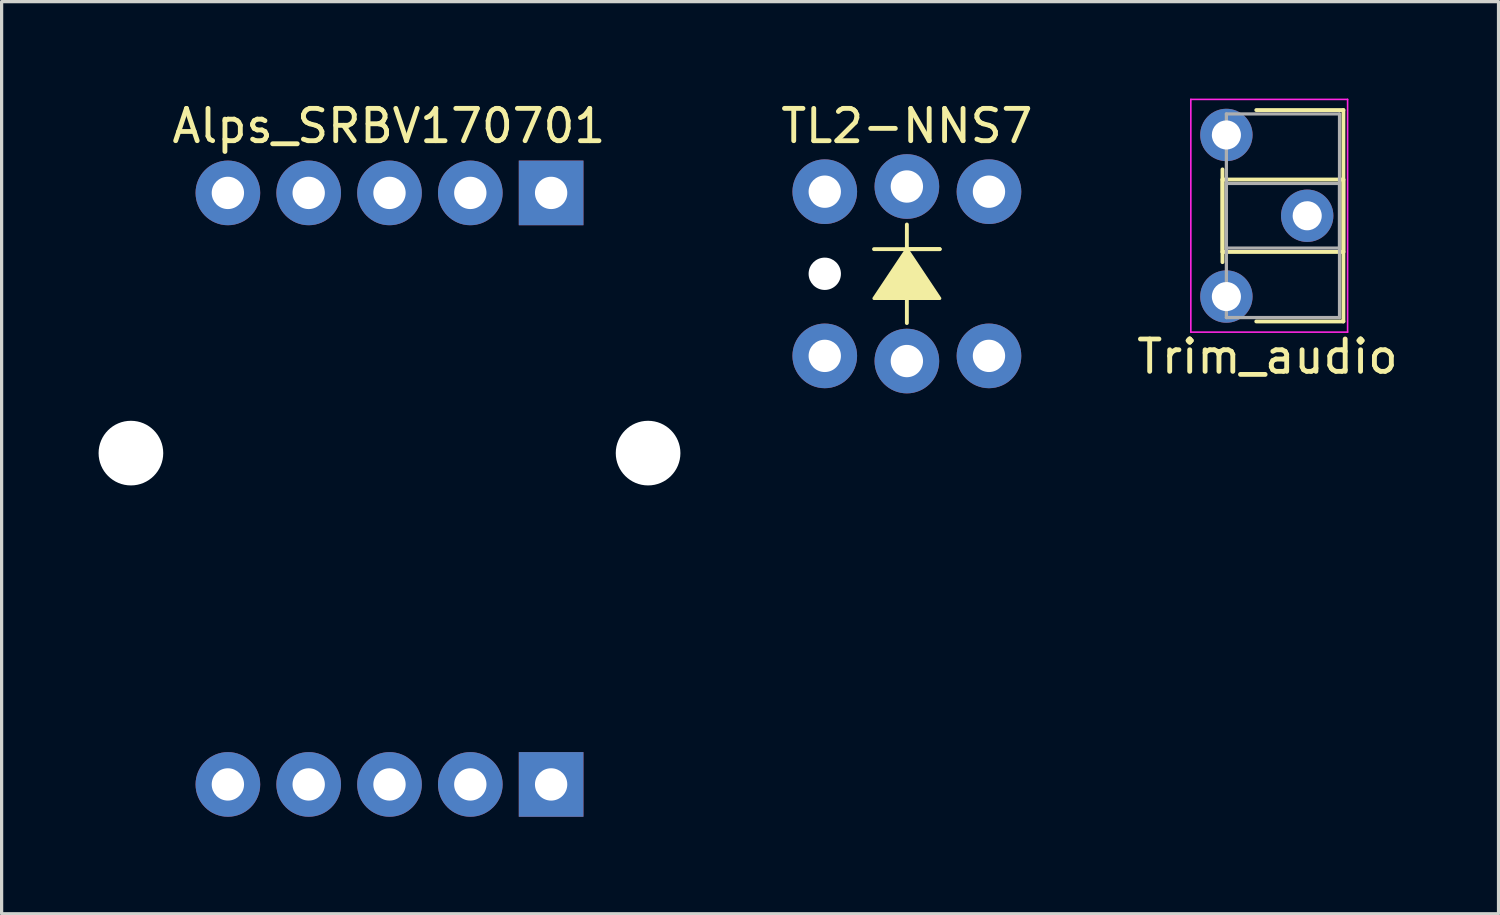
<source format=kicad_pcb>
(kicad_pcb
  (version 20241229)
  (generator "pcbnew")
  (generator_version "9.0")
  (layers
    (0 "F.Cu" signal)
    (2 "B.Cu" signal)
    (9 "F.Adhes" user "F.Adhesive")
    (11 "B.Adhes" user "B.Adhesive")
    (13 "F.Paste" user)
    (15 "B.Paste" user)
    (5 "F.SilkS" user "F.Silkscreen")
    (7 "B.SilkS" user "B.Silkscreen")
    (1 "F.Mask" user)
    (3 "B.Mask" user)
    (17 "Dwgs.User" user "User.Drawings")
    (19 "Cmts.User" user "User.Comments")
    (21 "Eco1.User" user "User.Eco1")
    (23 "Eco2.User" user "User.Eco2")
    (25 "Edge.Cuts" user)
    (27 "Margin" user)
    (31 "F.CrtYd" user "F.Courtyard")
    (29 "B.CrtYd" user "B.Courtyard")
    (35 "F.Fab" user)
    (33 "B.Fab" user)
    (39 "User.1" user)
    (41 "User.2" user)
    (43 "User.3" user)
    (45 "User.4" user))
  (footprint "TL2-NNS7"
    (layer "F.Cu")
    (at 25.006 5.42)
    (property "Reference" "TL2-NNS7" (at 0 -4.572 0) (layer "F.SilkS") (effects (font (size 1 1) (thickness 0.15))))
    (attr through_hole)
    (fp_line (start -1.016 -0.762) (end 1.016 -0.762) (stroke (width 0.12) (type solid)) (layer "F.SilkS"))
    (fp_line (start 0 -0.762) (end 0 -1.524) (stroke (width 0.12) (type solid)) (layer "F.SilkS"))
    (fp_line (start 0 0.762) (end 0 1.524) (stroke (width 0.12) (type solid)) (layer "F.SilkS"))
    (fp_line (start 1.016 -0.762) (end 0 -0.762) (stroke (width 0.12) (type solid)) (layer "F.SilkS"))
    (fp_poly (pts (xy 1.016 0.762) (xy -1.016 0.762) (xy 0 -0.762)) (stroke (width 0.1) (type solid)) (fill yes) (layer "F.SilkS"))
    (pad "" np_thru_hole circle (at -2.54 0) (size 1 1) (drill 1) (layers "*.Cu" "*.Mask"))
    (pad "1" thru_hole circle (at 2.54 2.54) (size 2 2) (drill 1) (layers "*.Cu" "*.Mask"))
    (pad "2" thru_hole circle (at 2.54 -2.54) (size 2 2) (drill 1) (layers "*.Cu" "*.Mask"))
    (pad "3" thru_hole circle (at -2.54 2.54) (size 2 2) (drill 1) (layers "*.Cu" "*.Mask"))
    (pad "4" thru_hole circle (at -2.54 -2.54) (size 2 2) (drill 1) (layers "*.Cu" "*.Mask"))
    (pad "L1" thru_hole circle (at 0 2.7) (size 2 2) (drill 1) (layers "*.Cu" "*.Mask"))
    (pad "L2" thru_hole circle (at 0 -2.7) (size 2 2) (drill 1) (layers "*.Cu" "*.Mask")))
  (footprint "Alps_SRBV170701"
    (layer "F.Cu")
    (at 9 12.068)
    (property "Reference" "Alps_SRBV170701" (at -0.02 -11.22 0) (layer "F.SilkS") (effects (font (size 1 1) (thickness 0.15))))
    (attr through_hole)
    (pad "" np_thru_hole circle (at -8 -1.1) (size 2 2) (drill 2) (layers "*.Cu" "*.Mask"))
    (pad "" np_thru_hole circle (at 8 -1.1) (size 2 2) (drill 2) (layers "*.Cu" "*.Mask"))
    (pad "1" thru_hole rect (at 5 9.15) (size 2 2) (drill 1) (layers "*.Cu" "*.Mask"))
    (pad "2" thru_hole circle (at 2.5 9.15) (size 2 2) (drill 1) (layers "*.Cu" "*.Mask"))
    (pad "3" thru_hole circle (at 0 9.15) (size 2 2) (drill 1) (layers "*.Cu" "*.Mask"))
    (pad "4" thru_hole circle (at -2.5 9.15) (size 2 2) (drill 1) (layers "*.Cu" "*.Mask"))
    (pad "5" thru_hole circle (at -5 9.15) (size 2 2) (drill 1) (layers "*.Cu" "*.Mask"))
    (pad "6" thru_hole circle (at -5 -9.15) (size 2 2) (drill 1) (layers "*.Cu" "*.Mask"))
    (pad "7" thru_hole circle (at -2.5 -9.15) (size 2 2) (drill 1) (layers "*.Cu" "*.Mask"))
    (pad "8" thru_hole circle (at 0 -9.15) (size 2 2) (drill 1) (layers "*.Cu" "*.Mask"))
    (pad "9" thru_hole circle (at 2.5 -9.15) (size 2 2) (drill 1) (layers "*.Cu" "*.Mask"))
    (pad "10" thru_hole rect (at 5 -9.15) (size 2 2) (drill 1) (layers "*.Cu" "*.Mask")))
  (footprint "Trim_audio"
    (layer "F.Cu")
    (at 34.891 1.125)
    (property "Reference" "Trim_audio" (at 1.27 6.858 0) (layer "F.SilkS") (effects (font (size 1 1) (thickness 0.15))))
    (attr through_hole)
    (fp_line (start -0.121 1.066) (end -0.121 3.935) (stroke (width 0.12) (type solid)) (layer "F.SilkS"))
    (fp_line (start -0.121 1.38) (end -0.121 3.62) (stroke (width 0.12) (type solid)) (layer "F.SilkS"))
    (fp_line (start -0.121 1.38) (end 3.62 1.38) (stroke (width 0.12) (type solid)) (layer "F.SilkS"))
    (fp_line (start -0.121 3.62) (end 3.62 3.62) (stroke (width 0.12) (type solid)) (layer "F.SilkS"))
    (fp_line (start 0.925 -0.77) (end 3.62 -0.77) (stroke (width 0.12) (type solid)) (layer "F.SilkS"))
    (fp_line (start 0.925 5.77) (end 3.62 5.77) (stroke (width 0.12) (type solid)) (layer "F.SilkS"))
    (fp_line (start 3.62 -0.77) (end 3.62 5.77) (stroke (width 0.12) (type solid)) (layer "F.SilkS"))
    (fp_line (start 3.62 1.38) (end 3.62 3.62) (stroke (width 0.12) (type solid)) (layer "F.SilkS"))
    (fp_line (start -1.1 -1.1) (end -1.1 6.1) (stroke (width 0.05) (type solid)) (layer "F.CrtYd"))
    (fp_line (start -1.1 6.1) (end 3.75 6.1) (stroke (width 0.05) (type solid)) (layer "F.CrtYd"))
    (fp_line (start 3.75 -1.1) (end -1.1 -1.1) (stroke (width 0.05) (type solid)) (layer "F.CrtYd"))
    (fp_line (start 3.75 6.1) (end 3.75 -1.1) (stroke (width 0.05) (type solid)) (layer "F.CrtYd"))
    (fp_line (start 0 -0.65) (end 3.5 -0.65) (stroke (width 0.1) (type solid)) (layer "F.Fab"))
    (fp_line (start 0 1.5) (end 0 3.5) (stroke (width 0.1) (type solid)) (layer "F.Fab"))
    (fp_line (start 0 3.5) (end 3.5 3.5) (stroke (width 0.1) (type solid)) (layer "F.Fab"))
    (fp_line (start 0 5.65) (end 0 -0.65) (stroke (width 0.1) (type solid)) (layer "F.Fab"))
    (fp_line (start 3.5 -0.65) (end 3.5 5.65) (stroke (width 0.1) (type solid)) (layer "F.Fab"))
    (fp_line (start 3.5 1.5) (end 0 1.5) (stroke (width 0.1) (type solid)) (layer "F.Fab"))
    (fp_line (start 3.5 3.5) (end 3.5 1.5) (stroke (width 0.1) (type solid)) (layer "F.Fab"))
    (fp_line (start 3.5 5.65) (end 0 5.65) (stroke (width 0.1) (type solid)) (layer "F.Fab"))
    (pad "1" thru_hole circle (at 0 0) (size 1.62 1.62) (drill 0.9) (layers "*.Cu" "*.Mask"))
    (pad "2" thru_hole circle (at 2.5 2.5) (size 1.62 1.62) (drill 0.9) (layers "*.Cu" "*.Mask"))
    (pad "3" thru_hole circle (at 0 5) (size 1.62 1.62) (drill 0.9) (layers "*.Cu" "*.Mask")))
  (gr_rect
    (start -3 -3)
    (end 43.31 25.218)
    (stroke (width 0.1) (type default))
    (fill no)
    (layer "Edge.Cuts")))
</source>
